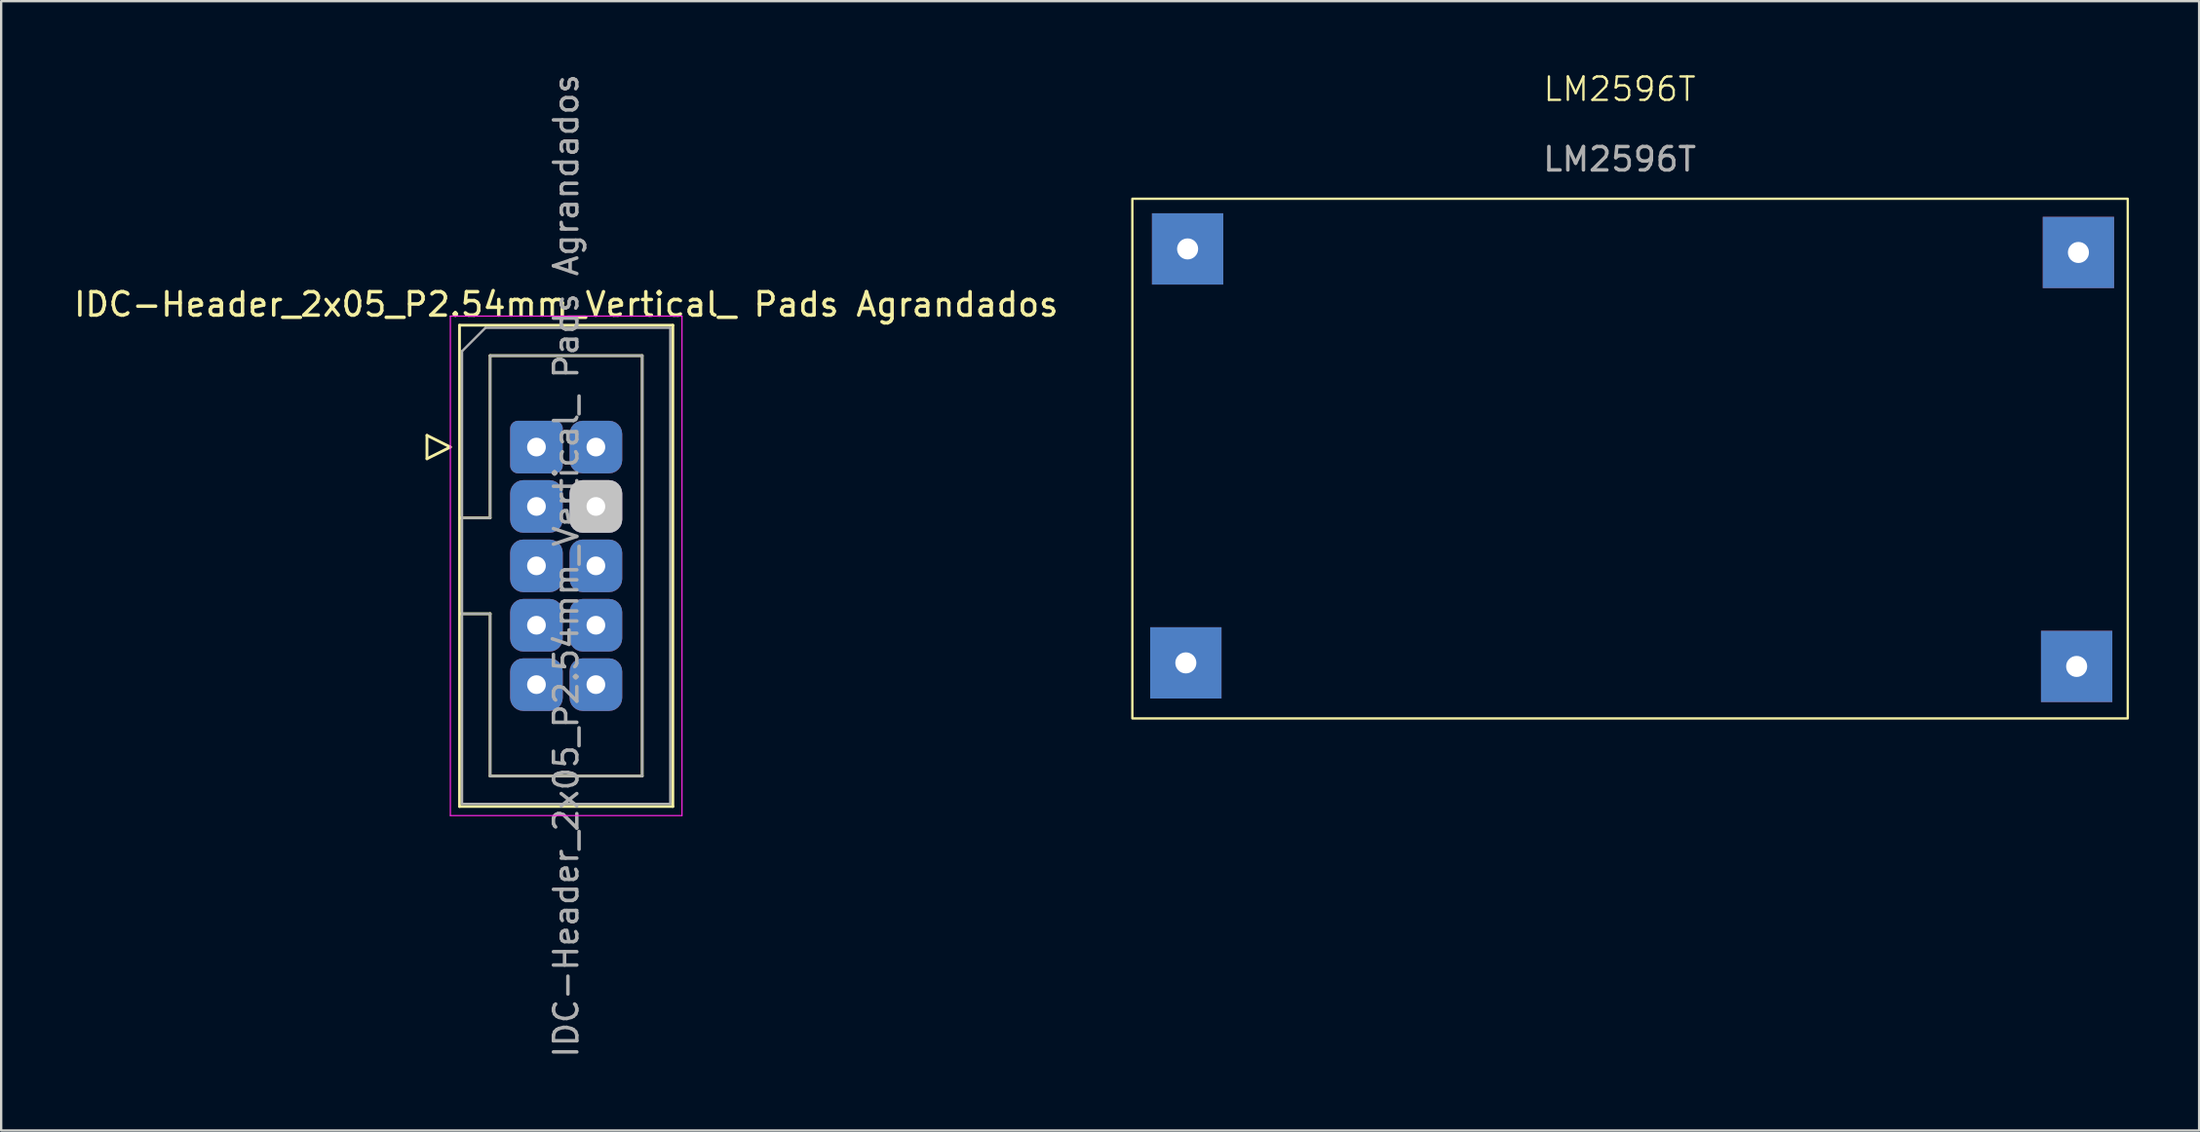
<source format=kicad_pcb>
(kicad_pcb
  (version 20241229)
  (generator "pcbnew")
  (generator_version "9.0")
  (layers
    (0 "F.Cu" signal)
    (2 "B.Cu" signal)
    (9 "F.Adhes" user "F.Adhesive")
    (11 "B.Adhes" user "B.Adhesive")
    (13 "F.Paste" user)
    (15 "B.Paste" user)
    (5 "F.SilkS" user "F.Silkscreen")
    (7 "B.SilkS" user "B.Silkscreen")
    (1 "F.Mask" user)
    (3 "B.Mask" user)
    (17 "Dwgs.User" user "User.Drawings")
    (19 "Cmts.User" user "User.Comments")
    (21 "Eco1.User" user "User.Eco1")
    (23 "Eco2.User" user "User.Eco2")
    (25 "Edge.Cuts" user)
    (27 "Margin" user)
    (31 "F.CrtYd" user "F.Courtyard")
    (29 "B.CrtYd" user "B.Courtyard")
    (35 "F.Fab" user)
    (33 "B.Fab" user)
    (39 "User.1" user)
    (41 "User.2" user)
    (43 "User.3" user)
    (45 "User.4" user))
  (footprint "LM2596T"
    (layer "F.Cu")
    (at 66.176 2.896)
    (property "Reference" "LM2596T" (at 0 -2.135 0) (unlocked yes) (layer "F.SilkS") (effects (font (size 1 1) (thickness 0.1))))
    (attr through_hole)
    (fp_rect (start -20.828 2.553) (end 21.717 24.778) (stroke (width 0.1) (type default)) (fill no) (layer "F.SilkS"))
    (fp_text user "${REFERENCE}" (at 0 0.865 0) (unlocked yes) (layer "F.Fab") (effects (font (size 1 1) (thickness 0.15))))
    (pad "1" thru_hole rect (at -18.466 4.699) (size 3.048 3.048) (drill 0.9) (layers "*.Cu" "*.Mask"))
    (pad "2" thru_hole rect (at 19.533 22.555) (size 3.048 3.048) (drill 0.9) (layers "*.Cu" "*.Mask"))
    (pad "3" thru_hole rect (at -18.542 22.403) (size 3.048 3.048) (drill 0.9) (layers "*.Cu" "*.Mask"))
    (pad "4" thru_hole rect (at 19.609 4.851) (size 3.048 3.048) (drill 0.9) (layers "*.Cu" "*.Mask")))
  (footprint "IDC-Header_2x05_P2.54mm_Vertical_ Pads Agrandados"
    (layer "F.Cu")
    (at 19.879 16.069)
    (property "Reference" "IDC-Header_2x05_P2.54mm_Vertical_ Pads Agrandados" (at 1.27 -6.1 0) (layer "F.SilkS") (effects (font (size 1 1) (thickness 0.15))))
    (attr through_hole)
    (fp_line (start -4.68 -0.5) (end -4.68 0.5) (stroke (width 0.12) (type solid)) (layer "F.SilkS"))
    (fp_line (start -4.68 0.5) (end -3.68 0) (stroke (width 0.12) (type solid)) (layer "F.SilkS"))
    (fp_line (start -3.68 0) (end -4.68 -0.5) (stroke (width 0.12) (type solid)) (layer "F.SilkS"))
    (fp_line (start -3.29 -5.21) (end 5.83 -5.21) (stroke (width 0.12) (type solid)) (layer "F.SilkS"))
    (fp_line (start -3.29 3.03) (end -1.98 3.03) (stroke (width 0.12) (type solid)) (layer "F.SilkS"))
    (fp_line (start -3.29 15.37) (end -3.29 -5.21) (stroke (width 0.12) (type solid)) (layer "F.SilkS"))
    (fp_line (start -1.98 -3.91) (end 4.52 -3.91) (stroke (width 0.12) (type solid)) (layer "F.SilkS"))
    (fp_line (start -1.98 3.03) (end -1.98 -3.91) (stroke (width 0.12) (type solid)) (layer "F.SilkS"))
    (fp_line (start -1.98 7.13) (end -3.29 7.13) (stroke (width 0.12) (type solid)) (layer "F.SilkS"))
    (fp_line (start -1.98 7.13) (end -1.98 7.13) (stroke (width 0.12) (type solid)) (layer "F.SilkS"))
    (fp_line (start -1.98 14.07) (end -1.98 7.13) (stroke (width 0.12) (type solid)) (layer "F.SilkS"))
    (fp_line (start 4.52 -3.91) (end 4.52 14.07) (stroke (width 0.12) (type solid)) (layer "F.SilkS"))
    (fp_line (start 4.52 14.07) (end -1.98 14.07) (stroke (width 0.12) (type solid)) (layer "F.SilkS"))
    (fp_line (start 5.83 -5.21) (end 5.83 15.37) (stroke (width 0.12) (type solid)) (layer "F.SilkS"))
    (fp_line (start 5.83 15.37) (end -3.29 15.37) (stroke (width 0.12) (type solid)) (layer "F.SilkS"))
    (fp_line (start -3.68 -5.6) (end -3.68 15.76) (stroke (width 0.05) (type solid)) (layer "F.CrtYd"))
    (fp_line (start -3.68 15.76) (end 6.22 15.76) (stroke (width 0.05) (type solid)) (layer "F.CrtYd"))
    (fp_line (start 6.22 -5.6) (end -3.68 -5.6) (stroke (width 0.05) (type solid)) (layer "F.CrtYd"))
    (fp_line (start 6.22 15.76) (end 6.22 -5.6) (stroke (width 0.05) (type solid)) (layer "F.CrtYd"))
    (fp_line (start -3.18 -4.1) (end -2.18 -5.1) (stroke (width 0.1) (type solid)) (layer "F.Fab"))
    (fp_line (start -3.18 3.03) (end -1.98 3.03) (stroke (width 0.1) (type solid)) (layer "F.Fab"))
    (fp_line (start -3.18 15.26) (end -3.18 -4.1) (stroke (width 0.1) (type solid)) (layer "F.Fab"))
    (fp_line (start -2.18 -5.1) (end 5.72 -5.1) (stroke (width 0.1) (type solid)) (layer "F.Fab"))
    (fp_line (start -1.98 -3.91) (end 4.52 -3.91) (stroke (width 0.1) (type solid)) (layer "F.Fab"))
    (fp_line (start -1.98 3.03) (end -1.98 -3.91) (stroke (width 0.1) (type solid)) (layer "F.Fab"))
    (fp_line (start -1.98 7.13) (end -3.18 7.13) (stroke (width 0.1) (type solid)) (layer "F.Fab"))
    (fp_line (start -1.98 7.13) (end -1.98 7.13) (stroke (width 0.1) (type solid)) (layer "F.Fab"))
    (fp_line (start -1.98 14.07) (end -1.98 7.13) (stroke (width 0.1) (type solid)) (layer "F.Fab"))
    (fp_line (start 4.52 -3.91) (end 4.52 14.07) (stroke (width 0.1) (type solid)) (layer "F.Fab"))
    (fp_line (start 4.52 14.07) (end -1.98 14.07) (stroke (width 0.1) (type solid)) (layer "F.Fab"))
    (fp_line (start 5.72 -5.1) (end 5.72 15.26) (stroke (width 0.1) (type solid)) (layer "F.Fab"))
    (fp_line (start 5.72 15.26) (end -3.18 15.26) (stroke (width 0.1) (type solid)) (layer "F.Fab"))
    (fp_text user "${REFERENCE}" (at 1.27 5.08 90) (layer "F.Fab") (effects (font (size 1 1) (thickness 0.15))))
    (pad "1" thru_hole roundrect (at 0 0) (size 2.25 2.25) (drill 0.8) (layers "*.Cu" "*.Mask") (roundrect_rratio 0.147))
    (pad "2" thru_hole roundrect (at 2.54 0) (size 2.25 2.25) (drill 0.8) (layers "*.Cu" "*.Mask") (roundrect_rratio 0.25) (chamfer_ratio 0.2) (chamfer))
    (pad "3" thru_hole roundrect (at 0 2.54) (size 2.25 2.25) (drill 0.8) (layers "*.Cu" "*.Mask") (roundrect_rratio 0.25) (chamfer_ratio 0.2) (chamfer))
    (pad "4" thru_hole roundrect (at 2.54 2.54) (size 2.25 2.25) (drill 0.8) (layers "*.Cu" "*.Mask" "Dwgs.User") (roundrect_rratio 0.25) (chamfer_ratio 0.2) (chamfer))
    (pad "5" thru_hole roundrect (at 0 5.08) (size 2.25 2.25) (drill 0.8) (layers "*.Cu" "*.Mask") (roundrect_rratio 0.25) (chamfer_ratio 0.2) (chamfer))
    (pad "6" thru_hole roundrect (at 2.54 5.08) (size 2.25 2.25) (drill 0.8) (layers "*.Cu" "*.Mask") (roundrect_rratio 0.25) (chamfer_ratio 0.2) (chamfer))
    (pad "7" thru_hole roundrect (at 0 7.62) (size 2.25 2.25) (drill 0.8) (layers "*.Cu" "*.Mask") (roundrect_rratio 0.25) (chamfer_ratio 0.2) (chamfer))
    (pad "8" thru_hole roundrect (at 2.54 7.62) (size 2.25 2.25) (drill 0.8) (layers "*.Cu" "*.Mask") (roundrect_rratio 0.25) (chamfer_ratio 0.2) (chamfer))
    (pad "9" thru_hole roundrect (at 0 10.16) (size 2.25 2.25) (drill 0.8) (layers "*.Cu" "*.Mask") (roundrect_rratio 0.25) (chamfer_ratio 0.2) (chamfer))
    (pad "10" thru_hole roundrect (at 2.54 10.16) (size 2.25 2.25) (drill 0.8) (layers "*.Cu" "*.Mask") (roundrect_rratio 0.25) (chamfer_ratio 0.2) (chamfer)))
  (gr_rect
    (start -3 -3)
    (end 90.943 45.298)
    (stroke (width 0.1) (type default))
    (fill no)
    (layer "Edge.Cuts")))
</source>
